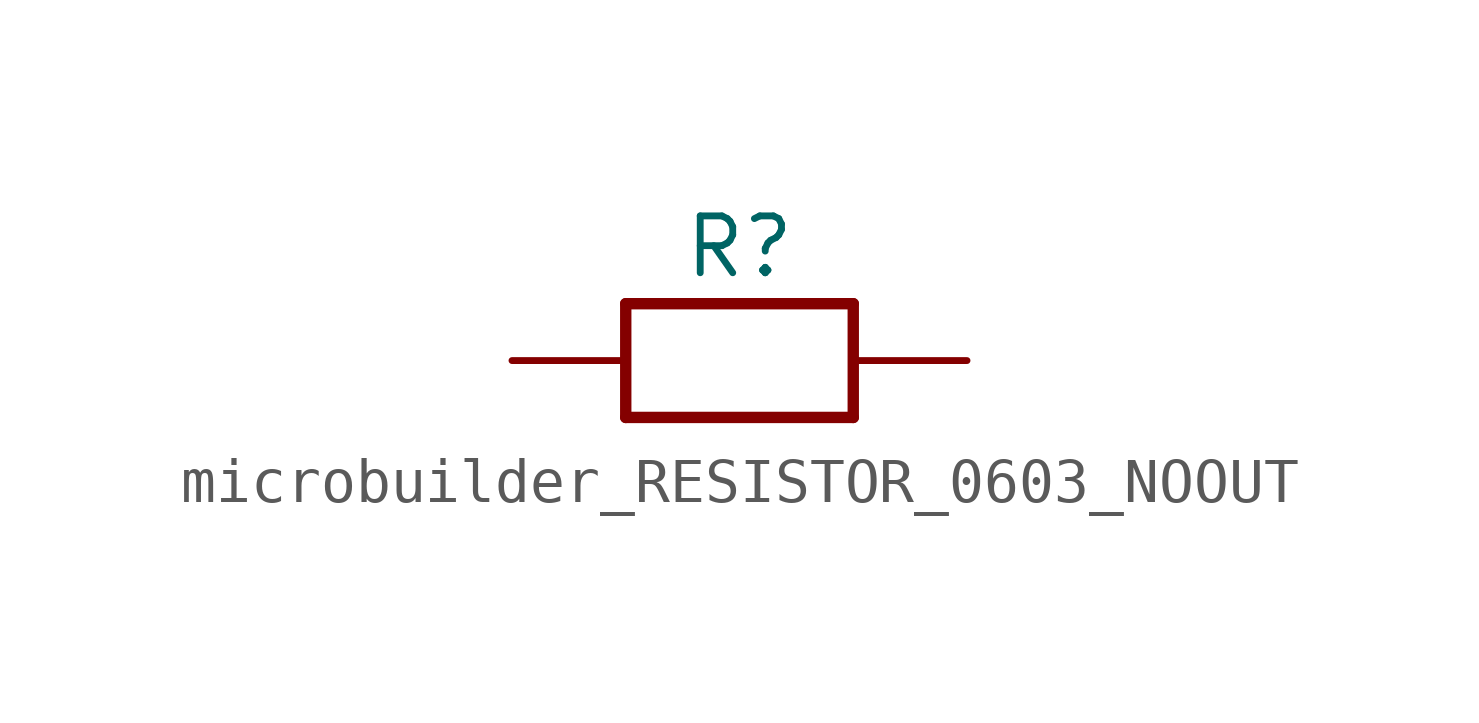
<source format=kicad_sym>
(kicad_symbol_lib
  (version 20231120)
  (generator "kicad_symbol_editor")
  (generator_version "8.0")
  (symbol "microbuilder_RESISTOR_0603_NOOUT"
    (property "Reference" "R"
      (at 0 2.54 0)
      (effects (font (size 1.27 1.27))))
    (property "Value" ""
      (at 0 0 0)
      (effects (font (size 1.016 1.016) (thickness 0.203) (bold yes))))
    (property "ki_locked" ""
      (at 0 0 0)
      (effects (font (size 1.27 1.27))))
    (symbol "microbuilder_RESISTOR_0603_NOOUT_1_0"
      (polyline (pts (xy -2.54 -1.27) (xy -2.54 1.27)) (stroke (width 0.254) (type solid)) (fill (type none)))
      (polyline (pts (xy -2.54 1.27) (xy 2.54 1.27)) (stroke (width 0.254) (type solid)) (fill (type none)))
      (polyline (pts (xy 2.54 -1.27) (xy -2.54 -1.27)) (stroke (width 0.254) (type solid)) (fill (type none)))
      (polyline (pts (xy 2.54 1.27) (xy 2.54 -1.27)) (stroke (width 0.254) (type solid)) (fill (type none)))
      (pin passive line (at -5.08 0 0) (length 2.54) (name "1" (effects (font (size 0 0)))) (number "1" (effects (font (size 0 0)))))
      (pin passive line (at 5.08 0 180) (length 2.54) (name "2" (effects (font (size 0 0)))) (number "2" (effects (font (size 0 0))))))))
</source>
